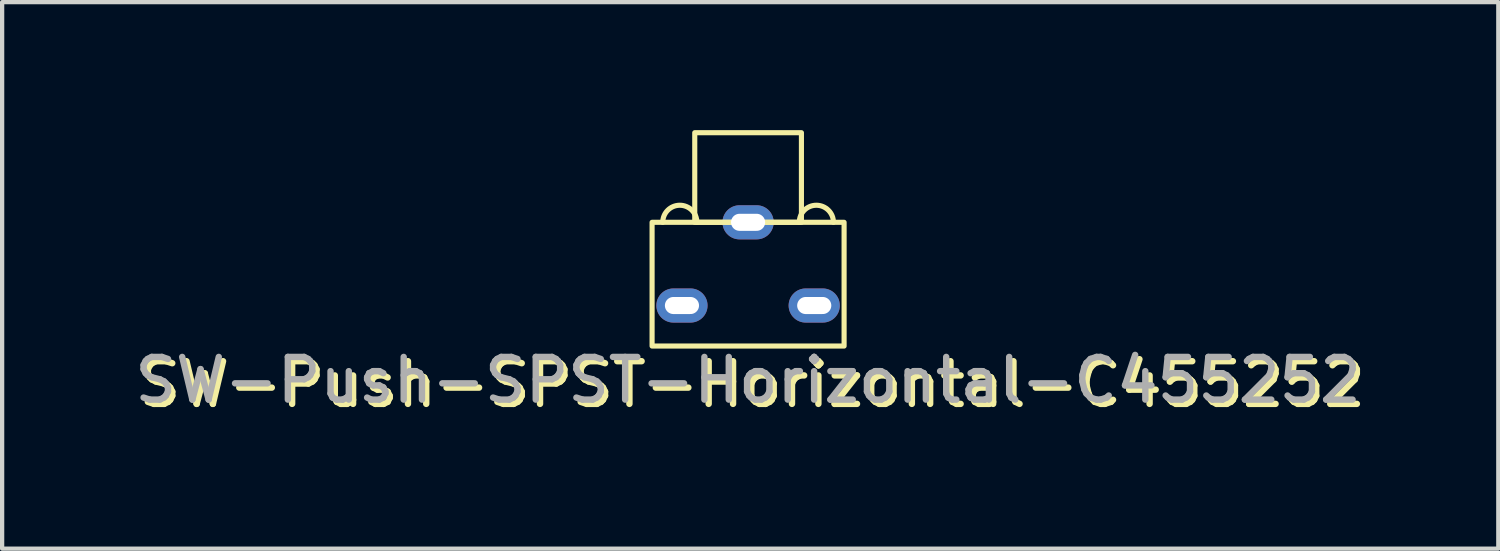
<source format=kicad_pcb>
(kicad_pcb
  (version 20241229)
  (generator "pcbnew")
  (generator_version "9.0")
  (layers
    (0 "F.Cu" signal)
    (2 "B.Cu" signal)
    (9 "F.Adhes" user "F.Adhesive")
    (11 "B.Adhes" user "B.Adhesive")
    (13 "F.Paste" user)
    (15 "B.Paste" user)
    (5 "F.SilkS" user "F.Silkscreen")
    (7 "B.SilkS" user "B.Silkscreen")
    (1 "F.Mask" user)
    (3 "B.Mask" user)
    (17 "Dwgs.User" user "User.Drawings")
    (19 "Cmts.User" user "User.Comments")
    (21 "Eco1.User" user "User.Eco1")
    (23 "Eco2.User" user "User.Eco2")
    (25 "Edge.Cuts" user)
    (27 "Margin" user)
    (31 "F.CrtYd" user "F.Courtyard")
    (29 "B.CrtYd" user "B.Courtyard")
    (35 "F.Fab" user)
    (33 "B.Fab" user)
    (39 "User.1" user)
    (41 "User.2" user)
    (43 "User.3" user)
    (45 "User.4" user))
  (footprint "SW-Push-SPST-Horizontal-C455252"
    (layer "F.Cu")
    (at 14.482 1.76)
    (property "Reference" "SW-Push-SPST-Horizontal-C455252" (at 0.1 4.2 0) (unlocked yes) (layer "F.SilkS") (effects (font (size 1 1) (thickness 0.15))))
    (attr through_hole)
    (fp_rect (start 1.25 0.4) (end -1.25 -1.7) (stroke (width 0.12) (type default)) (fill no) (layer "F.SilkS"))
    (fp_rect (start 2.25 3.3) (end -2.25 0.4) (stroke (width 0.12) (type default)) (fill no) (layer "F.SilkS"))
    (fp_arc (start -2 0.4) (mid -1.6 0) (end -1.2 0.4) (stroke (width 0.12) (type default)) (layer "F.SilkS"))
    (fp_arc (start 1.2 0.4) (mid 1.6 0) (end 2 0.4) (stroke (width 0.12) (type default)) (layer "F.SilkS"))
    (fp_text user "${REFERENCE}" (at 0 4.1 0) (unlocked yes) (layer "F.Fab") (effects (font (size 1 1) (thickness 0.15))))
    (pad "1" thru_hole oval (at 1.55 2.35 180) (size 1.2 0.8) (drill oval 0.8 0.4) (layers "*.Cu" "*.Mask"))
    (pad "2" thru_hole oval (at -1.55 2.35 180) (size 1.2 0.8) (drill oval 0.8 0.4) (layers "*.Cu" "*.Mask"))
    (pad "SH" thru_hole oval (at 0 0.4 180) (size 1.2 0.8) (drill oval 0.8 0.4) (layers "*.Cu" "*.Mask")))
  (gr_rect
    (start -3 -3)
    (end 32.064 9.808)
    (stroke (width 0.1) (type default))
    (fill no)
    (layer "Edge.Cuts")))
</source>
